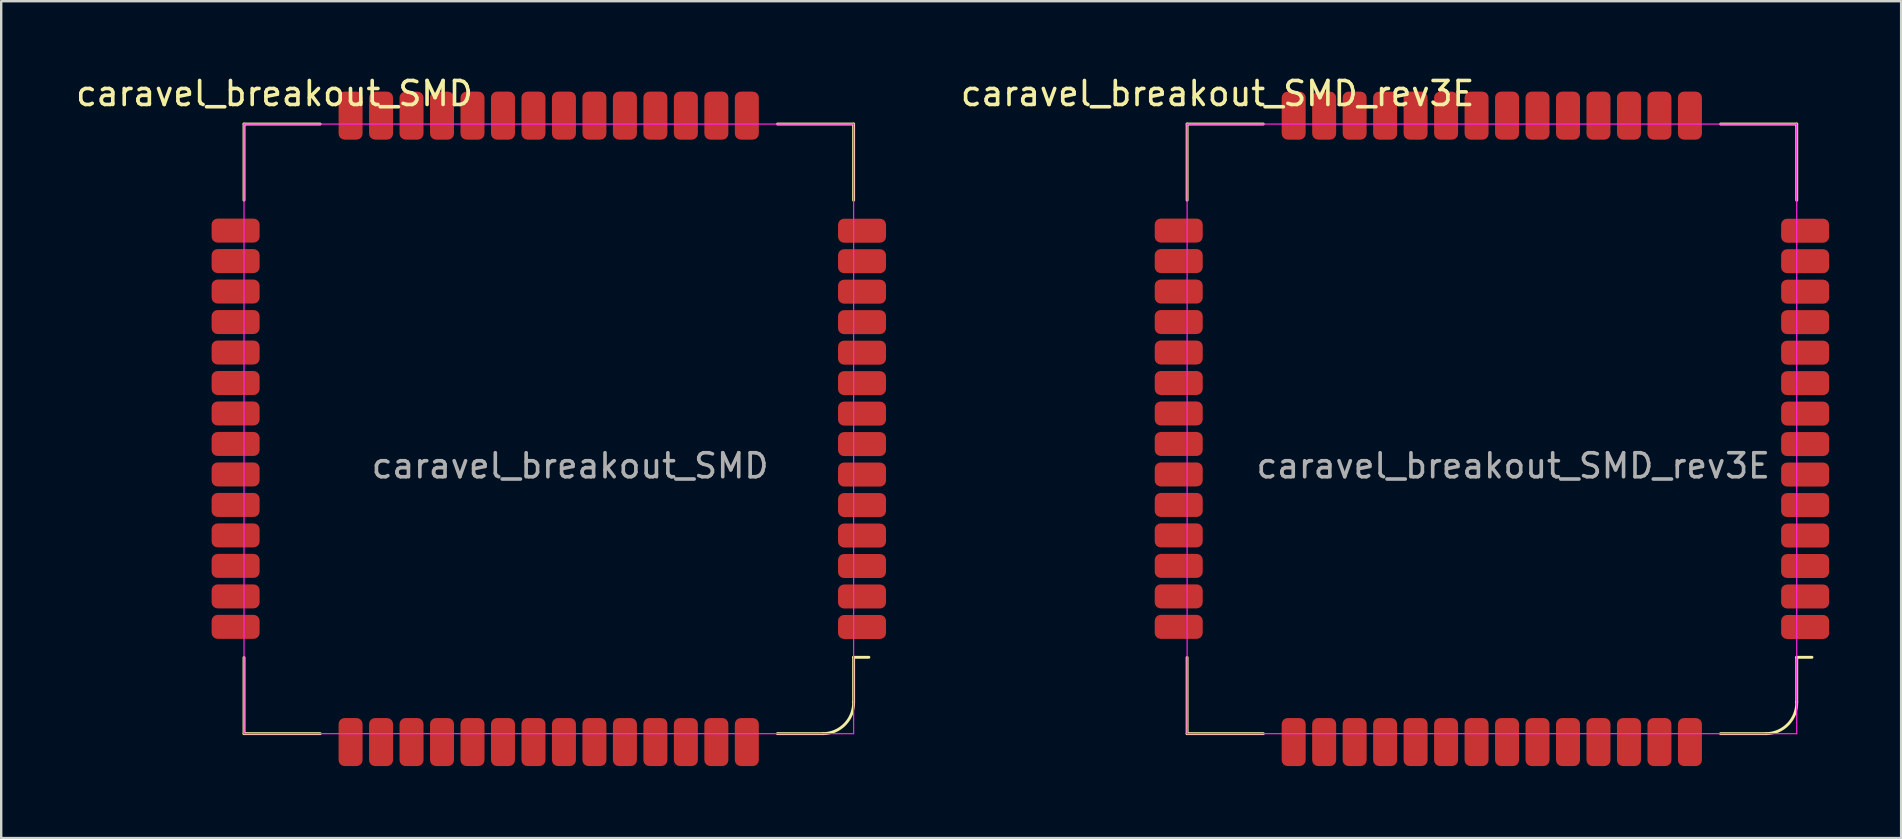
<source format=kicad_pcb>
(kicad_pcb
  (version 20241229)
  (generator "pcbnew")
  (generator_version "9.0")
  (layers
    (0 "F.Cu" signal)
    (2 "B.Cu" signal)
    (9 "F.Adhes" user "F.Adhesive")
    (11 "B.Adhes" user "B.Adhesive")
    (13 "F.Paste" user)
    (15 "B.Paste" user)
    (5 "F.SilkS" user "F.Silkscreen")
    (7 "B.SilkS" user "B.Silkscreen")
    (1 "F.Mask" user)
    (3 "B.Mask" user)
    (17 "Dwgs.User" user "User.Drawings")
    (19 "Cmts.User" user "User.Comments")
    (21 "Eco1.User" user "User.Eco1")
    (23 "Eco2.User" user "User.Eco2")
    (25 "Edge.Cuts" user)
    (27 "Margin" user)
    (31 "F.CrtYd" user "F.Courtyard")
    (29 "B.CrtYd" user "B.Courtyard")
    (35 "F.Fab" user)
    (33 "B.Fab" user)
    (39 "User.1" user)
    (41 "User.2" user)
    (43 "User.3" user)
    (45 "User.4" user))
  (footprint "caravel_breakout_SMD"
    (layer "F.Cu")
    (at 7.117 2.118)
    (property "Reference" "caravel_breakout_SMD" (at 1.27 -1.27 0) (unlocked yes) (layer "F.SilkS") (effects (font (size 1 1) (thickness 0.15))))
    (fp_line (start 0 0) (end 3.175 0) (stroke (width 0.12) (type solid)) (layer "F.SilkS"))
    (fp_line (start 0 3.175) (end 0 0) (stroke (width 0.12) (type solid)) (layer "F.SilkS"))
    (fp_line (start 0 22.225) (end 0 25.4) (stroke (width 0.12) (type solid)) (layer "F.SilkS"))
    (fp_line (start 0 25.4) (end 3.175 25.4) (stroke (width 0.12) (type solid)) (layer "F.SilkS"))
    (fp_line (start 22.225 0) (end 25.4 0) (stroke (width 0.12) (type solid)) (layer "F.SilkS"))
    (fp_line (start 22.225 25.4) (end 24.13 25.4) (stroke (width 0.12) (type solid)) (layer "F.SilkS"))
    (fp_line (start 25.4 0) (end 25.4 3.175) (stroke (width 0.12) (type solid)) (layer "F.SilkS"))
    (fp_line (start 25.4 22.218) (end 26.035 22.218) (stroke (width 0.12) (type solid)) (layer "F.SilkS"))
    (fp_line (start 25.4 24.081) (end 25.4 22.218) (stroke (width 0.12) (type solid)) (layer "F.SilkS"))
    (fp_arc (start 25.4 24.0805) (mid 25.040259 25.005183) (end 24.13 25.4) (stroke (width 0.12) (type solid)) (layer "F.SilkS"))
    (fp_line (start 0 0) (end 0 25.4) (stroke (width 0.05) (type solid)) (layer "F.CrtYd"))
    (fp_line (start 0 0) (end 25.4 0) (stroke (width 0.05) (type solid)) (layer "F.CrtYd"))
    (fp_line (start 0 25.4) (end 25.4 25.4) (stroke (width 0.05) (type solid)) (layer "F.CrtYd"))
    (fp_line (start 25.4 0) (end 25.4 25.4) (stroke (width 0.05) (type solid)) (layer "F.CrtYd"))
    (fp_text user "${REFERENCE}" (at 13.589 14.24 0) (unlocked yes) (layer "F.Fab") (effects (font (size 1 1) (thickness 0.15))))
    (pad "1" smd roundrect (at 25.75 20.955) (size 2 1) (layers "F.Cu" "F.Mask" "F.Paste") (roundrect_rratio 0.25))
    (pad "2" smd roundrect (at 25.75 19.685) (size 2 1) (layers "F.Cu" "F.Mask" "F.Paste") (roundrect_rratio 0.25))
    (pad "3" smd roundrect (at 25.75 18.415) (size 2 1) (layers "F.Cu" "F.Mask" "F.Paste") (roundrect_rratio 0.25))
    (pad "4" smd roundrect (at 25.75 17.145) (size 2 1) (layers "F.Cu" "F.Mask" "F.Paste") (roundrect_rratio 0.25))
    (pad "5" smd roundrect (at 25.75 15.875) (size 2 1) (layers "F.Cu" "F.Mask" "F.Paste") (roundrect_rratio 0.25))
    (pad "6" smd roundrect (at 25.75 14.605) (size 2 1) (layers "F.Cu" "F.Mask" "F.Paste") (roundrect_rratio 0.25))
    (pad "7" smd roundrect (at 25.75 13.335) (size 2 1) (layers "F.Cu" "F.Mask" "F.Paste") (roundrect_rratio 0.25))
    (pad "8" smd roundrect (at 25.75 12.065) (size 2 1) (layers "F.Cu" "F.Mask" "F.Paste") (roundrect_rratio 0.25))
    (pad "9" smd roundrect (at 25.75 10.795) (size 2 1) (layers "F.Cu" "F.Mask" "F.Paste") (roundrect_rratio 0.25))
    (pad "10" smd roundrect (at 25.75 9.525) (size 2 1) (layers "F.Cu" "F.Mask" "F.Paste") (roundrect_rratio 0.25))
    (pad "11" smd roundrect (at 25.75 8.255) (size 2 1) (layers "F.Cu" "F.Mask" "F.Paste") (roundrect_rratio 0.25))
    (pad "12" smd roundrect (at 25.75 6.985) (size 2 1) (layers "F.Cu" "F.Mask" "F.Paste") (roundrect_rratio 0.25))
    (pad "13" smd roundrect (at 25.75 5.715) (size 2 1) (layers "F.Cu" "F.Mask" "F.Paste") (roundrect_rratio 0.25))
    (pad "14" smd roundrect (at 25.75 4.445) (size 2 1) (layers "F.Cu" "F.Mask" "F.Paste") (roundrect_rratio 0.25))
    (pad "15" smd roundrect (at 20.95 -0.35 90) (size 2 1) (layers "F.Cu" "F.Mask" "F.Paste") (roundrect_rratio 0.25))
    (pad "16" smd roundrect (at 19.68 -0.35 90) (size 2 1) (layers "F.Cu" "F.Mask" "F.Paste") (roundrect_rratio 0.25))
    (pad "17" smd roundrect (at 18.41 -0.35 90) (size 2 1) (layers "F.Cu" "F.Mask" "F.Paste") (roundrect_rratio 0.25))
    (pad "18" smd roundrect (at 17.14 -0.35 90) (size 2 1) (layers "F.Cu" "F.Mask" "F.Paste") (roundrect_rratio 0.25))
    (pad "19" smd roundrect (at 15.87 -0.35 90) (size 2 1) (layers "F.Cu" "F.Mask" "F.Paste") (roundrect_rratio 0.25))
    (pad "20" smd roundrect (at 14.6 -0.35 90) (size 2 1) (layers "F.Cu" "F.Mask" "F.Paste") (roundrect_rratio 0.25))
    (pad "21" smd roundrect (at 13.33 -0.35 90) (size 2 1) (layers "F.Cu" "F.Mask" "F.Paste") (roundrect_rratio 0.25))
    (pad "22" smd roundrect (at 12.06 -0.35 90) (size 2 1) (layers "F.Cu" "F.Mask" "F.Paste") (roundrect_rratio 0.25))
    (pad "23" smd roundrect (at 10.79 -0.35 90) (size 2 1) (layers "F.Cu" "F.Mask" "F.Paste") (roundrect_rratio 0.25))
    (pad "24" smd roundrect (at 9.52 -0.35 90) (size 2 1) (layers "F.Cu" "F.Mask" "F.Paste") (roundrect_rratio 0.25))
    (pad "25" smd roundrect (at 8.25 -0.35 90) (size 2 1) (layers "F.Cu" "F.Mask" "F.Paste") (roundrect_rratio 0.25))
    (pad "26" smd roundrect (at 6.98 -0.35 90) (size 2 1) (layers "F.Cu" "F.Mask" "F.Paste") (roundrect_rratio 0.25))
    (pad "27" smd roundrect (at 5.71 -0.35 90) (size 2 1) (layers "F.Cu" "F.Mask" "F.Paste") (roundrect_rratio 0.25))
    (pad "28" smd roundrect (at 4.44 -0.35 90) (size 2 1) (layers "F.Cu" "F.Mask" "F.Paste") (roundrect_rratio 0.25))
    (pad "29" smd roundrect (at -0.35 4.44) (size 2 1) (layers "F.Cu" "F.Mask" "F.Paste") (roundrect_rratio 0.25))
    (pad "30" smd roundrect (at -0.35 5.71) (size 2 1) (layers "F.Cu" "F.Mask" "F.Paste") (roundrect_rratio 0.25))
    (pad "31" smd roundrect (at -0.35 6.98) (size 2 1) (layers "F.Cu" "F.Mask" "F.Paste") (roundrect_rratio 0.25))
    (pad "32" smd roundrect (at -0.35 8.25) (size 2 1) (layers "F.Cu" "F.Mask" "F.Paste") (roundrect_rratio 0.25))
    (pad "33" smd roundrect (at -0.35 9.52) (size 2 1) (layers "F.Cu" "F.Mask" "F.Paste") (roundrect_rratio 0.25))
    (pad "34" smd roundrect (at -0.35 10.79) (size 2 1) (layers "F.Cu" "F.Mask" "F.Paste") (roundrect_rratio 0.25))
    (pad "35" smd roundrect (at -0.35 12.06) (size 2 1) (layers "F.Cu" "F.Mask" "F.Paste") (roundrect_rratio 0.25))
    (pad "36" smd roundrect (at -0.35 13.33) (size 2 1) (layers "F.Cu" "F.Mask" "F.Paste") (roundrect_rratio 0.25))
    (pad "37" smd roundrect (at -0.35 14.6) (size 2 1) (layers "F.Cu" "F.Mask" "F.Paste") (roundrect_rratio 0.25))
    (pad "38" smd roundrect (at -0.35 15.87) (size 2 1) (layers "F.Cu" "F.Mask" "F.Paste") (roundrect_rratio 0.25))
    (pad "39" smd roundrect (at -0.35 17.14) (size 2 1) (layers "F.Cu" "F.Mask" "F.Paste") (roundrect_rratio 0.25))
    (pad "40" smd roundrect (at -0.35 18.41) (size 2 1) (layers "F.Cu" "F.Mask" "F.Paste") (roundrect_rratio 0.25))
    (pad "41" smd roundrect (at -0.35 19.68) (size 2 1) (layers "F.Cu" "F.Mask" "F.Paste") (roundrect_rratio 0.25))
    (pad "42" smd roundrect (at -0.35 20.95) (size 2 1) (layers "F.Cu" "F.Mask" "F.Paste") (roundrect_rratio 0.25))
    (pad "43" smd roundrect (at 4.44 25.75 90) (size 2 1) (layers "F.Cu" "F.Mask" "F.Paste") (roundrect_rratio 0.25))
    (pad "44" smd roundrect (at 5.71 25.75 90) (size 2 1) (layers "F.Cu" "F.Mask" "F.Paste") (roundrect_rratio 0.25))
    (pad "45" smd roundrect (at 6.98 25.75 90) (size 2 1) (layers "F.Cu" "F.Mask" "F.Paste") (roundrect_rratio 0.25))
    (pad "46" smd roundrect (at 8.25 25.75 90) (size 2 1) (layers "F.Cu" "F.Mask" "F.Paste") (roundrect_rratio 0.25))
    (pad "47" smd roundrect (at 9.52 25.75 90) (size 2 1) (layers "F.Cu" "F.Mask" "F.Paste") (roundrect_rratio 0.25))
    (pad "48" smd roundrect (at 10.79 25.75 90) (size 2 1) (layers "F.Cu" "F.Mask" "F.Paste") (roundrect_rratio 0.25))
    (pad "49" smd roundrect (at 12.06 25.75 90) (size 2 1) (layers "F.Cu" "F.Mask" "F.Paste") (roundrect_rratio 0.25))
    (pad "50" smd roundrect (at 13.33 25.75 90) (size 2 1) (layers "F.Cu" "F.Mask" "F.Paste") (roundrect_rratio 0.25))
    (pad "51" smd roundrect (at 14.6 25.75 90) (size 2 1) (layers "F.Cu" "F.Mask" "F.Paste") (roundrect_rratio 0.25))
    (pad "52" smd roundrect (at 15.87 25.75 90) (size 2 1) (layers "F.Cu" "F.Mask" "F.Paste") (roundrect_rratio 0.25))
    (pad "53" smd roundrect (at 17.14 25.75 90) (size 2 1) (layers "F.Cu" "F.Mask" "F.Paste") (roundrect_rratio 0.25))
    (pad "54" smd roundrect (at 18.41 25.75 90) (size 2 1) (layers "F.Cu" "F.Mask" "F.Paste") (roundrect_rratio 0.25))
    (pad "55" smd roundrect (at 19.68 25.75 90) (size 2 1) (layers "F.Cu" "F.Mask" "F.Paste") (roundrect_rratio 0.25))
    (pad "56" smd roundrect (at 20.95 25.75 90) (size 2 1) (layers "F.Cu" "F.Mask" "F.Paste") (roundrect_rratio 0.25)))
  (footprint "caravel_breakout_SMD_rev3E"
    (layer "F.Cu")
    (at 46.412 2.118)
    (property "Reference" "caravel_breakout_SMD_rev3E" (at 1.27 -1.27 0) (unlocked yes) (layer "F.SilkS") (effects (font (size 1 1) (thickness 0.15))))
    (fp_line (start 0 0) (end 3.175 0) (stroke (width 0.12) (type solid)) (layer "F.SilkS"))
    (fp_line (start 0 3.175) (end 0 0) (stroke (width 0.12) (type solid)) (layer "F.SilkS"))
    (fp_line (start 0 22.225) (end 0 25.4) (stroke (width 0.12) (type solid)) (layer "F.SilkS"))
    (fp_line (start 0 25.4) (end 3.175 25.4) (stroke (width 0.12) (type solid)) (layer "F.SilkS"))
    (fp_line (start 22.225 0) (end 25.4 0) (stroke (width 0.12) (type solid)) (layer "F.SilkS"))
    (fp_line (start 22.225 25.4) (end 24.13 25.4) (stroke (width 0.12) (type solid)) (layer "F.SilkS"))
    (fp_line (start 25.4 0) (end 25.4 3.175) (stroke (width 0.12) (type solid)) (layer "F.SilkS"))
    (fp_line (start 25.4 22.218) (end 26.035 22.218) (stroke (width 0.12) (type solid)) (layer "F.SilkS"))
    (fp_line (start 25.4 24.081) (end 25.4 22.218) (stroke (width 0.12) (type solid)) (layer "F.SilkS"))
    (fp_arc (start 25.4 24.0805) (mid 25.040259 25.005183) (end 24.13 25.4) (stroke (width 0.12) (type solid)) (layer "F.SilkS"))
    (fp_line (start 0 0) (end 0 25.4) (stroke (width 0.05) (type solid)) (layer "F.CrtYd"))
    (fp_line (start 0 0) (end 25.4 0) (stroke (width 0.05) (type solid)) (layer "F.CrtYd"))
    (fp_line (start 0 25.4) (end 25.4 25.4) (stroke (width 0.05) (type solid)) (layer "F.CrtYd"))
    (fp_line (start 25.4 0) (end 25.4 25.4) (stroke (width 0.05) (type solid)) (layer "F.CrtYd"))
    (fp_text user "${REFERENCE}" (at 13.589 14.24 0) (unlocked yes) (layer "F.Fab") (effects (font (size 1 1) (thickness 0.15))))
    (pad "1" smd roundrect (at 25.75 20.955) (size 2 1) (layers "F.Cu" "F.Mask" "F.Paste") (roundrect_rratio 0.25))
    (pad "2" smd roundrect (at 25.75 19.685) (size 2 1) (layers "F.Cu" "F.Mask" "F.Paste") (roundrect_rratio 0.25))
    (pad "3" smd roundrect (at 25.75 18.415) (size 2 1) (layers "F.Cu" "F.Mask" "F.Paste") (roundrect_rratio 0.25))
    (pad "4" smd roundrect (at 25.75 17.145) (size 2 1) (layers "F.Cu" "F.Mask" "F.Paste") (roundrect_rratio 0.25))
    (pad "5" smd roundrect (at 25.75 15.875) (size 2 1) (layers "F.Cu" "F.Mask" "F.Paste") (roundrect_rratio 0.25))
    (pad "6" smd roundrect (at 25.75 14.605) (size 2 1) (layers "F.Cu" "F.Mask" "F.Paste") (roundrect_rratio 0.25))
    (pad "7" smd roundrect (at 25.75 13.335) (size 2 1) (layers "F.Cu" "F.Mask" "F.Paste") (roundrect_rratio 0.25))
    (pad "8" smd roundrect (at 25.75 12.065) (size 2 1) (layers "F.Cu" "F.Mask" "F.Paste") (roundrect_rratio 0.25))
    (pad "9" smd roundrect (at 25.75 10.795) (size 2 1) (layers "F.Cu" "F.Mask" "F.Paste") (roundrect_rratio 0.25))
    (pad "10" smd roundrect (at 25.75 9.525) (size 2 1) (layers "F.Cu" "F.Mask" "F.Paste") (roundrect_rratio 0.25))
    (pad "11" smd roundrect (at 25.75 8.255) (size 2 1) (layers "F.Cu" "F.Mask" "F.Paste") (roundrect_rratio 0.25))
    (pad "12" smd roundrect (at 25.75 6.985) (size 2 1) (layers "F.Cu" "F.Mask" "F.Paste") (roundrect_rratio 0.25))
    (pad "13" smd roundrect (at 25.75 5.715) (size 2 1) (layers "F.Cu" "F.Mask" "F.Paste") (roundrect_rratio 0.25))
    (pad "14" smd roundrect (at 25.75 4.445) (size 2 1) (layers "F.Cu" "F.Mask" "F.Paste") (roundrect_rratio 0.25))
    (pad "15" smd roundrect (at 20.95 -0.35 90) (size 2 1) (layers "F.Cu" "F.Mask" "F.Paste") (roundrect_rratio 0.25))
    (pad "16" smd roundrect (at 19.68 -0.35 90) (size 2 1) (layers "F.Cu" "F.Mask" "F.Paste") (roundrect_rratio 0.25))
    (pad "17" smd roundrect (at 18.41 -0.35 90) (size 2 1) (layers "F.Cu" "F.Mask" "F.Paste") (roundrect_rratio 0.25))
    (pad "18" smd roundrect (at 17.14 -0.35 90) (size 2 1) (layers "F.Cu" "F.Mask" "F.Paste") (roundrect_rratio 0.25))
    (pad "19" smd roundrect (at 15.87 -0.35 90) (size 2 1) (layers "F.Cu" "F.Mask" "F.Paste") (roundrect_rratio 0.25))
    (pad "20" smd roundrect (at 14.6 -0.35 90) (size 2 1) (layers "F.Cu" "F.Mask" "F.Paste") (roundrect_rratio 0.25))
    (pad "21" smd roundrect (at 13.33 -0.35 90) (size 2 1) (layers "F.Cu" "F.Mask" "F.Paste") (roundrect_rratio 0.25))
    (pad "22" smd roundrect (at 12.06 -0.35 90) (size 2 1) (layers "F.Cu" "F.Mask" "F.Paste") (roundrect_rratio 0.25))
    (pad "23" smd roundrect (at 10.79 -0.35 90) (size 2 1) (layers "F.Cu" "F.Mask" "F.Paste") (roundrect_rratio 0.25))
    (pad "24" smd roundrect (at 9.52 -0.35 90) (size 2 1) (layers "F.Cu" "F.Mask" "F.Paste") (roundrect_rratio 0.25))
    (pad "25" smd roundrect (at 8.25 -0.35 90) (size 2 1) (layers "F.Cu" "F.Mask" "F.Paste") (roundrect_rratio 0.25))
    (pad "26" smd roundrect (at 6.98 -0.35 90) (size 2 1) (layers "F.Cu" "F.Mask" "F.Paste") (roundrect_rratio 0.25))
    (pad "27" smd roundrect (at 5.71 -0.35 90) (size 2 1) (layers "F.Cu" "F.Mask" "F.Paste") (roundrect_rratio 0.25))
    (pad "28" smd roundrect (at 4.44 -0.35 90) (size 2 1) (layers "F.Cu" "F.Mask" "F.Paste") (roundrect_rratio 0.25))
    (pad "29" smd roundrect (at -0.35 4.44) (size 2 1) (layers "F.Cu" "F.Mask" "F.Paste") (roundrect_rratio 0.25))
    (pad "30" smd roundrect (at -0.35 5.71) (size 2 1) (layers "F.Cu" "F.Mask" "F.Paste") (roundrect_rratio 0.25))
    (pad "31" smd roundrect (at -0.35 6.98) (size 2 1) (layers "F.Cu" "F.Mask" "F.Paste") (roundrect_rratio 0.25))
    (pad "32" smd roundrect (at -0.35 8.25) (size 2 1) (layers "F.Cu" "F.Mask" "F.Paste") (roundrect_rratio 0.25))
    (pad "33" smd roundrect (at -0.35 9.52) (size 2 1) (layers "F.Cu" "F.Mask" "F.Paste") (roundrect_rratio 0.25))
    (pad "34" smd roundrect (at -0.35 10.79) (size 2 1) (layers "F.Cu" "F.Mask" "F.Paste") (roundrect_rratio 0.25))
    (pad "35" smd roundrect (at -0.35 12.06) (size 2 1) (layers "F.Cu" "F.Mask" "F.Paste") (roundrect_rratio 0.25))
    (pad "36" smd roundrect (at -0.35 13.33) (size 2 1) (layers "F.Cu" "F.Mask" "F.Paste") (roundrect_rratio 0.25))
    (pad "37" smd roundrect (at -0.35 14.6) (size 2 1) (layers "F.Cu" "F.Mask" "F.Paste") (roundrect_rratio 0.25))
    (pad "38" smd roundrect (at -0.35 15.87) (size 2 1) (layers "F.Cu" "F.Mask" "F.Paste") (roundrect_rratio 0.25))
    (pad "39" smd roundrect (at -0.35 17.14) (size 2 1) (layers "F.Cu" "F.Mask" "F.Paste") (roundrect_rratio 0.25))
    (pad "40" smd roundrect (at -0.35 18.41) (size 2 1) (layers "F.Cu" "F.Mask" "F.Paste") (roundrect_rratio 0.25))
    (pad "41" smd roundrect (at -0.35 19.68) (size 2 1) (layers "F.Cu" "F.Mask" "F.Paste") (roundrect_rratio 0.25))
    (pad "42" smd roundrect (at -0.35 20.95) (size 2 1) (layers "F.Cu" "F.Mask" "F.Paste") (roundrect_rratio 0.25))
    (pad "43" smd roundrect (at 4.44 25.75 90) (size 2 1) (layers "F.Cu" "F.Mask" "F.Paste") (roundrect_rratio 0.25))
    (pad "44" smd roundrect (at 5.71 25.75 90) (size 2 1) (layers "F.Cu" "F.Mask" "F.Paste") (roundrect_rratio 0.25))
    (pad "45" smd roundrect (at 6.98 25.75 90) (size 2 1) (layers "F.Cu" "F.Mask" "F.Paste") (roundrect_rratio 0.25))
    (pad "46" smd roundrect (at 8.25 25.75 90) (size 2 1) (layers "F.Cu" "F.Mask" "F.Paste") (roundrect_rratio 0.25))
    (pad "47" smd roundrect (at 9.52 25.75 90) (size 2 1) (layers "F.Cu" "F.Mask" "F.Paste") (roundrect_rratio 0.25))
    (pad "48" smd roundrect (at 10.79 25.75 90) (size 2 1) (layers "F.Cu" "F.Mask" "F.Paste") (roundrect_rratio 0.25))
    (pad "49" smd roundrect (at 12.06 25.75 90) (size 2 1) (layers "F.Cu" "F.Mask" "F.Paste") (roundrect_rratio 0.25))
    (pad "50" smd roundrect (at 13.33 25.75 90) (size 2 1) (layers "F.Cu" "F.Mask" "F.Paste") (roundrect_rratio 0.25))
    (pad "51" smd roundrect (at 14.6 25.75 90) (size 2 1) (layers "F.Cu" "F.Mask" "F.Paste") (roundrect_rratio 0.25))
    (pad "52" smd roundrect (at 15.87 25.75 90) (size 2 1) (layers "F.Cu" "F.Mask" "F.Paste") (roundrect_rratio 0.25))
    (pad "53" smd roundrect (at 17.14 25.75 90) (size 2 1) (layers "F.Cu" "F.Mask" "F.Paste") (roundrect_rratio 0.25))
    (pad "54" smd roundrect (at 18.41 25.75 90) (size 2 1) (layers "F.Cu" "F.Mask" "F.Paste") (roundrect_rratio 0.25))
    (pad "55" smd roundrect (at 19.68 25.75 90) (size 2 1) (layers "F.Cu" "F.Mask" "F.Paste") (roundrect_rratio 0.25))
    (pad "56" smd roundrect (at 20.95 25.75 90) (size 2 1) (layers "F.Cu" "F.Mask" "F.Paste") (roundrect_rratio 0.25)))
  (gr_rect
    (start -3 -3)
    (end 76.162 31.868)
    (stroke (width 0.1) (type default))
    (fill no)
    (layer "Edge.Cuts")))
</source>
